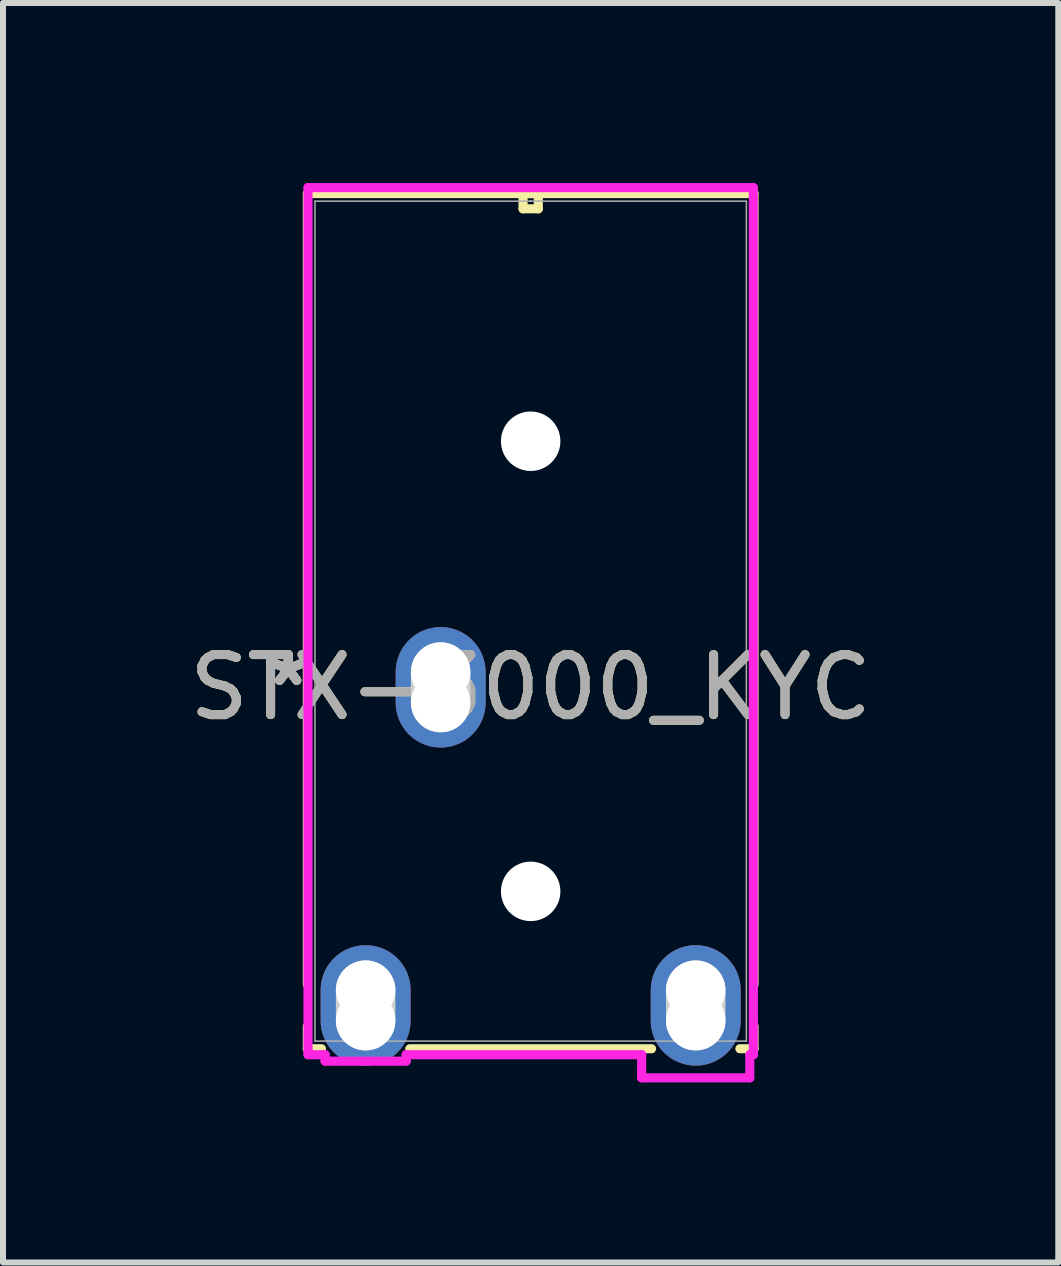
<source format=kicad_pcb>
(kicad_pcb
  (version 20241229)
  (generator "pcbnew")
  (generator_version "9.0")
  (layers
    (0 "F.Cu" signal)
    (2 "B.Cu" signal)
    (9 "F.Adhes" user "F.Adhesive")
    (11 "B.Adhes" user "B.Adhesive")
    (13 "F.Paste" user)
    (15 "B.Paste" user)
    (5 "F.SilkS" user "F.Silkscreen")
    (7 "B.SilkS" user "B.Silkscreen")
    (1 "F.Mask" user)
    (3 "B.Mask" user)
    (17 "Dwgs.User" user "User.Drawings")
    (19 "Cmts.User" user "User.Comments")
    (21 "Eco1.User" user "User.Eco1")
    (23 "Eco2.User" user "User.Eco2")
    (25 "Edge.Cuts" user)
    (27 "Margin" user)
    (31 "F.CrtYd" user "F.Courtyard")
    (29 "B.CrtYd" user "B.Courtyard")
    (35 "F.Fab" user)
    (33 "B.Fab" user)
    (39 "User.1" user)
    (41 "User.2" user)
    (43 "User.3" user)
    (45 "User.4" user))
  (footprint "STX-3000_KYC"
    (layer "F.Cu")
    (at 4.292 8.402)
    (property "Reference" "STX-3000_KYC" (at 1.5 0 0) (unlocked yes) (layer "F.SilkS") (effects (font (size 1 1) (thickness 0.15))))
    (attr through_hole)
    (fp_line (start -2.221 -8.227) (end -2.221 4.953) (stroke (width 0.152) (type solid)) (layer "F.SilkS"))
    (fp_line (start -2.221 5.647) (end -2.221 6.022) (stroke (width 0.152) (type solid)) (layer "F.SilkS"))
    (fp_line (start -2.221 6.022) (end -1.986 6.022) (stroke (width 0.152) (type solid)) (layer "F.SilkS"))
    (fp_line (start -0.514 6.022) (end 3.514 6.022) (stroke (width 0.152) (type solid)) (layer "F.SilkS"))
    (fp_line (start 1.373 -8.227) (end 1.373 -7.973) (stroke (width 0.152) (type solid)) (layer "F.SilkS"))
    (fp_line (start 1.373 -7.973) (end 1.627 -7.973) (stroke (width 0.152) (type solid)) (layer "F.SilkS"))
    (fp_line (start 1.627 -8.227) (end 1.373 -8.227) (stroke (width 0.152) (type solid)) (layer "F.SilkS"))
    (fp_line (start 1.627 -7.973) (end 1.627 -8.227) (stroke (width 0.152) (type solid)) (layer "F.SilkS"))
    (fp_line (start 4.986 6.022) (end 5.221 6.022) (stroke (width 0.152) (type solid)) (layer "F.SilkS"))
    (fp_line (start 5.221 -8.227) (end -2.221 -8.227) (stroke (width 0.152) (type solid)) (layer "F.SilkS"))
    (fp_line (start 5.221 4.953) (end 5.221 -8.227) (stroke (width 0.152) (type solid)) (layer "F.SilkS"))
    (fp_line (start 5.221 6.022) (end 5.221 5.647) (stroke (width 0.152) (type solid)) (layer "F.SilkS"))
    (fp_line (start -1.25 5.554) (end -1.25 5.046) (stroke (width 0.991) (type solid)) (layer "Edge.Cuts"))
    (fp_line (start 0 0.254) (end 0 -0.254) (stroke (width 0.991) (type solid)) (layer "Edge.Cuts"))
    (fp_line (start 4.25 5.554) (end 4.25 5.046) (stroke (width 0.991) (type solid)) (layer "Edge.Cuts"))
    (fp_line (start -2.21 6.121) (end -1.925 6.121) (stroke (width 0.152) (type solid)) (layer "F.CrtYd"))
    (fp_line (start -2.21 -8.326) (end -2.21 6.121) (stroke (width 0.152) (type solid)) (layer "F.CrtYd"))
    (fp_line (start -1.925 6.121) (end -1.925 6.229) (stroke (width 0.152) (type solid)) (layer "F.CrtYd"))
    (fp_line (start -1.925 6.229) (end -0.575 6.229) (stroke (width 0.152) (type solid)) (layer "F.CrtYd"))
    (fp_line (start -0.575 6.121) (end 3.349 6.121) (stroke (width 0.152) (type solid)) (layer "F.CrtYd"))
    (fp_line (start -0.575 6.229) (end -0.575 6.121) (stroke (width 0.152) (type solid)) (layer "F.CrtYd"))
    (fp_line (start 3.349 6.121) (end 3.349 6.507) (stroke (width 0.152) (type solid)) (layer "F.CrtYd"))
    (fp_line (start 3.349 6.507) (end 5.151 6.507) (stroke (width 0.152) (type solid)) (layer "F.CrtYd"))
    (fp_line (start 5.151 6.121) (end 5.21 6.121) (stroke (width 0.152) (type solid)) (layer "F.CrtYd"))
    (fp_line (start 5.151 6.507) (end 5.151 6.121) (stroke (width 0.152) (type solid)) (layer "F.CrtYd"))
    (fp_line (start 5.21 6.121) (end 5.21 -8.326) (stroke (width 0.152) (type solid)) (layer "F.CrtYd"))
    (fp_line (start 5.21 -8.326) (end -2.21 -8.326) (stroke (width 0.152) (type solid)) (layer "F.CrtYd"))
    (fp_line (start -2.094 -8.1) (end -2.094 5.895) (stroke (width 0.025) (type solid)) (layer "F.Fab"))
    (fp_line (start -2.094 5.895) (end 5.094 5.895) (stroke (width 0.025) (type solid)) (layer "F.Fab"))
    (fp_line (start 1.5 -8.1) (end 1.5 -8.1) (stroke (width 0.025) (type solid)) (layer "F.Fab"))
    (fp_line (start 1.5 -8.1) (end 1.5 -8.1) (stroke (width 0.025) (type solid)) (layer "F.Fab"))
    (fp_line (start 1.5 -8.1) (end 1.5 -8.1) (stroke (width 0.025) (type solid)) (layer "F.Fab"))
    (fp_line (start 1.5 -8.1) (end 1.5 -8.1) (stroke (width 0.025) (type solid)) (layer "F.Fab"))
    (fp_line (start 5.094 -8.1) (end -2.094 -8.1) (stroke (width 0.025) (type solid)) (layer "F.Fab"))
    (fp_line (start 5.094 5.895) (end 5.094 -8.1) (stroke (width 0.025) (type solid)) (layer "F.Fab"))
    (fp_text user "*" (at -2.54 0 0) (unlocked yes) (layer "F.SilkS") (effects (font (size 1 1) (thickness 0.15))))
    (fp_text user "*" (at -2.54 0 0) (layer "F.SilkS") (effects (font (size 1 1) (thickness 0.15))))
    (fp_text user "${REFERENCE}" (at 1.5 0 0) (unlocked yes) (layer "F.Fab") (effects (font (size 1 1) (thickness 0.15))))
    (fp_text user "*" (at -2.54 0 0) (layer "F.Fab") (effects (font (size 1 1) (thickness 0.15))))
    (fp_text user "*" (at -2.54 0 0) (unlocked yes) (layer "F.Fab") (effects (font (size 1 1) (thickness 0.15))))
    (pad "" np_thru_hole circle (at -1.25 5.046) (size 0.991 0.991) (drill 0.991) (layers "*.Cu" "*.Mask"))
    (pad "" np_thru_hole circle (at -1.25 5.554) (size 0.991 0.991) (drill 0.991) (layers "*.Cu" "*.Mask"))
    (pad "" np_thru_hole circle (at 0 -0.254) (size 0.991 0.991) (drill 0.991) (layers "*.Cu" "*.Mask"))
    (pad "" np_thru_hole circle (at 0 0.254) (size 0.991 0.991) (drill 0.991) (layers "*.Cu" "*.Mask"))
    (pad "" np_thru_hole circle (at 1.5 -4.1) (size 0.991 0.991) (drill 0.991) (layers "*.Cu" "*.Mask"))
    (pad "" np_thru_hole circle (at 1.5 3.4) (size 0.991 0.991) (drill 0.991) (layers "*.Cu" "*.Mask"))
    (pad "" np_thru_hole circle (at 4.25 5.046) (size 0.991 0.991) (drill 0.991) (layers "*.Cu" "*.Mask"))
    (pad "" np_thru_hole circle (at 4.25 5.554) (size 0.991 0.991) (drill 0.991) (layers "*.Cu" "*.Mask"))
    (pad "1" thru_hole oval (at 0 0 90) (size 2.007 1.499) (drill 0.025) (layers "*.Cu" "*.Mask"))
    (pad "2" thru_hole oval (at 4.25 5.3 90) (size 2.007 1.499) (drill 0.025) (layers "*.Cu" "*.Mask"))
    (pad "3" thru_hole oval (at -1.25 5.3 90) (size 2.007 1.499) (drill 0.025) (layers "*.Cu" "*.Mask")))
  (gr_rect
    (start -3 -3)
    (end 14.583 17.985)
    (stroke (width 0.1) (type default))
    (fill no)
    (layer "Edge.Cuts")))
</source>
